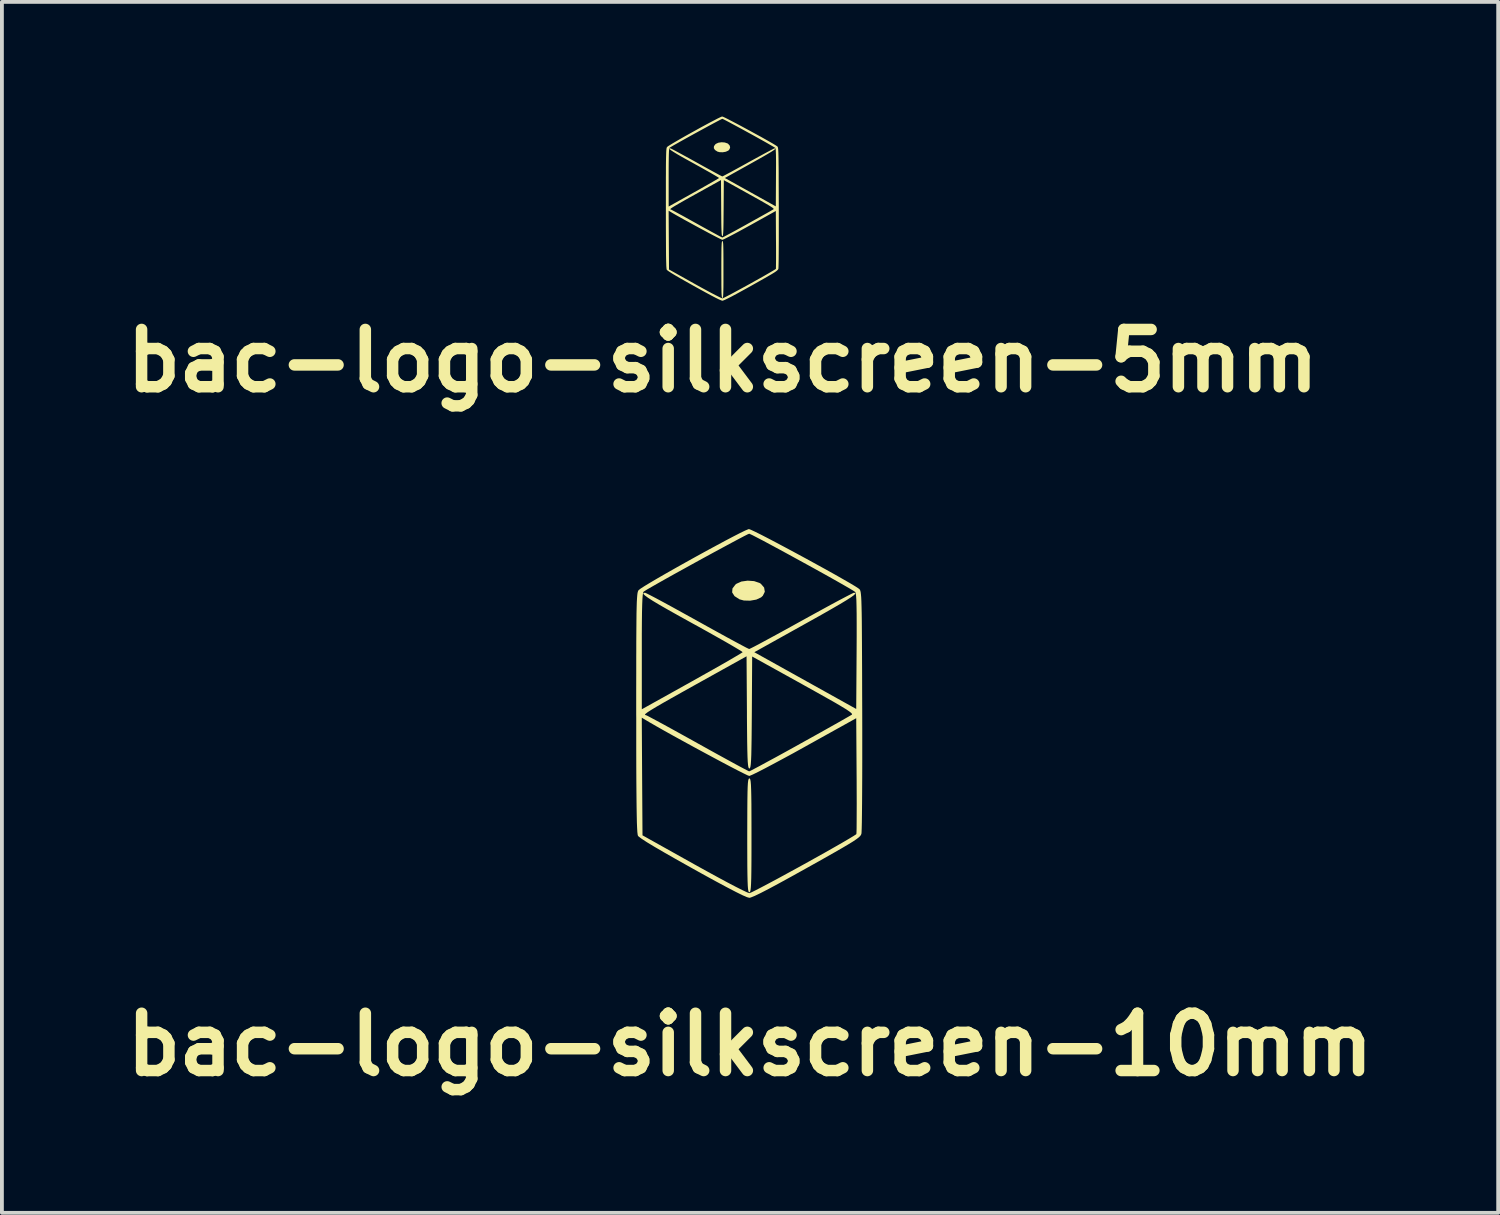
<source format=kicad_pcb>
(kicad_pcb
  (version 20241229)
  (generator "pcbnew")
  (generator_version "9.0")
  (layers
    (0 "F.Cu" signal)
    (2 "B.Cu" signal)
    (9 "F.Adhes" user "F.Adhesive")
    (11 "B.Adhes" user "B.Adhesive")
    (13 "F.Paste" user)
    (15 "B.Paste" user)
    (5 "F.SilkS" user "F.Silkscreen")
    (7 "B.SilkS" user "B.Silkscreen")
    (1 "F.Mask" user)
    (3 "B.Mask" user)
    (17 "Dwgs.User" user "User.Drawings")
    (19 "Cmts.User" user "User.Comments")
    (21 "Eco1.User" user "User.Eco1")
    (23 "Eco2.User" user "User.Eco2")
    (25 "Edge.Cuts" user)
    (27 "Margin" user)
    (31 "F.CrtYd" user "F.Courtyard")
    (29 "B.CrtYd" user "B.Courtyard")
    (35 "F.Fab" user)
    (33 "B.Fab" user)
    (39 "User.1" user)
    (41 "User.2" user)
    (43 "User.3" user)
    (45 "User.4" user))
  (footprint "bac-logo-silkscreen-10mm"
    (layer "F.Cu")
    (at 16.586 15.597)
    (property "Reference" "bac-logo-silkscreen-10mm" (at 0 8.7 0) (layer "F.SilkS") (effects (font (size 1.5 1.5) (thickness 0.3))))
    (attr board_only exclude_from_pos_files exclude_from_bom)
    (fp_poly (pts (xy 0.105 -3.434) (xy 0.248 -3.386) (xy 0.283 -3.364) (xy 0.368 -3.265) (xy 0.386 -3.155) (xy 0.334 -3.051) (xy 0.288 -3.008) (xy 0.163 -2.95) (xy 0.002 -2.922) (xy -0.161 -2.926) (xy -0.276 -2.957) (xy -0.407 -3.041) (xy -0.469 -3.138) (xy -0.461 -3.241) (xy -0.383 -3.344) (xy -0.356 -3.365) (xy -0.227 -3.423) (xy -0.064 -3.446)) (stroke (width 0) (type solid)) (fill yes) (layer "F.SilkS"))
    (fp_poly (pts (xy -0.005 1.738) (xy 0.007 1.764) (xy 0.016 1.816) (xy 0.023 1.899) (xy 0.028 2.021) (xy 0.032 2.188) (xy 0.035 2.406) (xy 0.036 2.681) (xy 0.037 3.02) (xy 0.037 3.221) (xy 0.037 3.595) (xy 0.036 3.903) (xy 0.034 4.149) (xy 0.031 4.341) (xy 0.026 4.485) (xy 0.02 4.588) (xy 0.012 4.655) (xy 0.002 4.694) (xy -0.011 4.71) (xy -0.018 4.712) (xy -0.032 4.705) (xy -0.044 4.678) (xy -0.053 4.626) (xy -0.06 4.543) (xy -0.065 4.421) (xy -0.069 4.254) (xy -0.072 4.036) (xy -0.073 3.761) (xy -0.074 3.422) (xy -0.074 3.221) (xy -0.073 2.847) (xy -0.072 2.539) (xy -0.07 2.293) (xy -0.067 2.101) (xy -0.063 1.957) (xy -0.057 1.854) (xy -0.049 1.787) (xy -0.038 1.748) (xy -0.026 1.732) (xy -0.018 1.73)) (stroke (width 0) (type solid)) (fill yes) (layer "F.SilkS"))
    (fp_poly (pts (xy 0.019 -4.779) (xy 0.124 -4.73) (xy 0.276 -4.655) (xy 0.468 -4.556) (xy 0.691 -4.439) (xy 0.937 -4.308) (xy 1.198 -4.168) (xy 1.466 -4.023) (xy 1.732 -3.877) (xy 1.989 -3.736) (xy 2.227 -3.603) (xy 2.439 -3.482) (xy 2.617 -3.38) (xy 2.752 -3.299) (xy 2.836 -3.244) (xy 2.85 -3.233) (xy 2.864 -3.222) (xy 2.876 -3.206) (xy 2.886 -3.183) (xy 2.895 -3.146) (xy 2.902 -3.092) (xy 2.909 -3.015) (xy 2.914 -2.911) (xy 2.918 -2.775) (xy 2.922 -2.602) (xy 2.925 -2.388) (xy 2.927 -2.129) (xy 2.929 -1.818) (xy 2.931 -1.452) (xy 2.933 -1.026) (xy 2.934 -0.535) (xy 2.936 -0.054) (xy 2.937 0.421) (xy 2.937 0.877) (xy 2.937 1.308) (xy 2.936 1.708) (xy 2.934 2.072) (xy 2.932 2.394) (xy 2.929 2.668) (xy 2.926 2.89) (xy 2.922 3.052) (xy 2.918 3.151) (xy 2.915 3.178) (xy 2.904 3.208) (xy 2.882 3.24) (xy 2.843 3.277) (xy 2.781 3.324) (xy 2.692 3.384) (xy 2.568 3.46) (xy 2.405 3.556) (xy 2.198 3.675) (xy 1.939 3.822) (xy 1.623 3.999) (xy 1.489 4.074) (xy 1.095 4.293) (xy 0.762 4.476) (xy 0.49 4.622) (xy 0.277 4.732) (xy 0.121 4.807) (xy 0.02 4.848) (xy -0.018 4.857) (xy -0.08 4.84) (xy -0.198 4.789) (xy -0.372 4.703) (xy -0.606 4.581) (xy -0.899 4.424) (xy -1.253 4.23) (xy -1.509 4.087) (xy -1.902 3.867) (xy -2.233 3.678) (xy -2.501 3.522) (xy -2.706 3.398) (xy -2.846 3.306) (xy -2.922 3.248) (xy -2.935 3.233) (xy -2.943 3.2) (xy -2.951 3.134) (xy -2.957 3.029) (xy -2.963 2.884) (xy -2.967 2.693) (xy -2.971 2.453) (xy -2.974 2.161) (xy -2.977 1.812) (xy -2.979 1.404) (xy -2.98 0.931) (xy -2.98 0.391) (xy -2.98 0.141) (xy -2.835 0.141) (xy -2.826 1.681) (xy -2.816 3.221) (xy -1.454 3.983) (xy -1.134 4.16) (xy -0.843 4.319) (xy -0.587 4.457) (xy -0.371 4.57) (xy -0.2 4.656) (xy -0.082 4.712) (xy -0.02 4.734) (xy -0.015 4.734) (xy 0.033 4.715) (xy 0.138 4.663) (xy 0.293 4.583) (xy 0.49 4.479) (xy 0.724 4.354) (xy 0.986 4.211) (xy 1.27 4.056) (xy 1.415 3.976) (xy 1.704 3.815) (xy 1.973 3.665) (xy 2.214 3.528) (xy 2.422 3.409) (xy 2.589 3.311) (xy 2.708 3.239) (xy 2.773 3.197) (xy 2.783 3.188) (xy 2.786 3.143) (xy 2.789 3.033) (xy 2.79 2.865) (xy 2.791 2.648) (xy 2.792 2.389) (xy 2.791 2.097) (xy 2.79 1.779) (xy 2.789 1.651) (xy 2.779 0.155) (xy 1.421 0.91) (xy 1.129 1.072) (xy 0.854 1.221) (xy 0.604 1.355) (xy 0.387 1.47) (xy 0.208 1.562) (xy 0.075 1.627) (xy -0.004 1.661) (xy -0.022 1.666) (xy -0.067 1.649) (xy -0.168 1.6) (xy -0.317 1.525) (xy -0.506 1.427) (xy -0.726 1.311) (xy -0.969 1.181) (xy -1.227 1.042) (xy -1.491 0.899) (xy -1.754 0.755) (xy -2.007 0.616) (xy -2.242 0.485) (xy -2.45 0.367) (xy -2.624 0.267) (xy -2.715 0.213) (xy -2.835 0.141) (xy -2.98 0.141) (xy -2.981 0.061) (xy -2.753 0.061) (xy -2.744 0.072) (xy -2.729 0.074) (xy -2.69 0.091) (xy -2.595 0.141) (xy -2.449 0.219) (xy -2.26 0.321) (xy -2.034 0.445) (xy -1.779 0.586) (xy -1.501 0.74) (xy -1.376 0.81) (xy -1.09 0.969) (xy -0.824 1.116) (xy -0.585 1.247) (xy -0.379 1.36) (xy -0.213 1.449) (xy -0.095 1.511) (xy -0.032 1.543) (xy -0.023 1.546) (xy 0.016 1.529) (xy 0.111 1.479) (xy 0.257 1.402) (xy 0.446 1.299) (xy 0.672 1.177) (xy 0.927 1.037) (xy 1.204 0.884) (xy 1.309 0.825) (xy 1.594 0.667) (xy 1.86 0.519) (xy 2.1 0.384) (xy 2.307 0.268) (xy 2.473 0.173) (xy 2.592 0.105) (xy 2.657 0.067) (xy 2.665 0.062) (xy 2.67 0.046) (xy 2.65 0.019) (xy 2.601 -0.02) (xy 2.518 -0.077) (xy 2.394 -0.152) (xy 2.227 -0.251) (xy 2.009 -0.374) (xy 1.737 -0.527) (xy 1.406 -0.711) (xy 1.389 -0.721) (xy 0.055 -1.46) (xy 0.046 0.006) (xy 0.043 0.378) (xy 0.04 0.683) (xy 0.036 0.926) (xy 0.032 1.116) (xy 0.026 1.257) (xy 0.019 1.357) (xy 0.01 1.422) (xy -0.001 1.458) (xy -0.014 1.472) (xy -0.018 1.472) (xy -0.032 1.464) (xy -0.044 1.436) (xy -0.053 1.381) (xy -0.061 1.292) (xy -0.067 1.164) (xy -0.072 0.99) (xy -0.076 0.764) (xy -0.079 0.479) (xy -0.082 0.128) (xy -0.082 0.003) (xy -0.092 -1.466) (xy -1.426 -0.724) (xy -1.77 -0.532) (xy -2.055 -0.372) (xy -2.284 -0.242) (xy -2.461 -0.139) (xy -2.593 -0.059) (xy -2.682 -0.002) (xy -2.734 0.038) (xy -2.753 0.061) (xy -2.981 0.061) (xy -2.981 0.013) (xy -2.981 -0.542) (xy -2.98 -1.027) (xy -2.98 -1.448) (xy -2.979 -1.599) (xy -2.834 -1.599) (xy -2.834 -0.079) (xy -1.518 -0.812) (xy -1.234 -0.972) (xy -0.97 -1.12) (xy -0.734 -1.254) (xy -0.532 -1.37) (xy -0.372 -1.464) (xy -0.259 -1.531) (xy -0.201 -1.568) (xy -0.195 -1.574) (xy -0.224 -1.597) (xy -0.312 -1.651) (xy -0.45 -1.733) (xy -0.633 -1.839) (xy -0.854 -1.964) (xy -1.105 -2.105) (xy -1.38 -2.258) (xy -1.492 -2.319) (xy -1.844 -2.514) (xy -2.135 -2.677) (xy -2.367 -2.81) (xy -2.546 -2.917) (xy -2.673 -2.999) (xy -2.754 -3.059) (xy -2.792 -3.099) (xy -2.79 -3.122) (xy -2.752 -3.129) (xy -2.749 -3.129) (xy -2.708 -3.112) (xy -2.609 -3.062) (xy -2.46 -2.984) (xy -2.268 -2.881) (xy -2.04 -2.757) (xy -1.783 -2.615) (xy -1.504 -2.461) (xy -1.381 -2.393) (xy -1.096 -2.234) (xy -0.829 -2.087) (xy -0.589 -1.955) (xy -0.382 -1.843) (xy -0.216 -1.754) (xy -0.097 -1.691) (xy -0.032 -1.66) (xy -0.023 -1.657) (xy 0.017 -1.674) (xy 0.114 -1.723) (xy 0.261 -1.801) (xy 0.452 -1.904) (xy 0.679 -2.027) (xy 0.935 -2.167) (xy 1.214 -2.321) (xy 1.344 -2.393) (xy 1.631 -2.551) (xy 1.899 -2.698) (xy 2.141 -2.83) (xy 2.35 -2.942) (xy 2.519 -3.031) (xy 2.641 -3.094) (xy 2.708 -3.126) (xy 2.719 -3.129) (xy 2.752 -3.123) (xy 2.753 -3.103) (xy 2.718 -3.066) (xy 2.642 -3.011) (xy 2.523 -2.934) (xy 2.355 -2.833) (xy 2.136 -2.706) (xy 1.861 -2.549) (xy 1.525 -2.361) (xy 1.424 -2.305) (xy 0.111 -1.573) (xy 1.445 -0.83) (xy 2.779 -0.087) (xy 2.789 -1.597) (xy 2.791 -1.989) (xy 2.791 -2.313) (xy 2.79 -2.575) (xy 2.787 -2.78) (xy 2.783 -2.934) (xy 2.776 -3.043) (xy 2.767 -3.112) (xy 2.755 -3.146) (xy 2.752 -3.15) (xy 2.705 -3.182) (xy 2.603 -3.243) (xy 2.454 -3.329) (xy 2.266 -3.436) (xy 2.048 -3.559) (xy 1.807 -3.693) (xy 1.552 -3.834) (xy 1.291 -3.977) (xy 1.032 -4.119) (xy 0.784 -4.254) (xy 0.555 -4.377) (xy 0.353 -4.486) (xy 0.186 -4.573) (xy 0.062 -4.637) (xy -0.009 -4.67) (xy -0.023 -4.675) (xy -0.064 -4.658) (xy -0.161 -4.609) (xy -0.305 -4.533) (xy -0.489 -4.435) (xy -0.704 -4.319) (xy -0.943 -4.19) (xy -1.196 -4.052) (xy -1.457 -3.909) (xy -1.715 -3.766) (xy -1.964 -3.629) (xy -2.195 -3.5) (xy -2.399 -3.385) (xy -2.569 -3.288) (xy -2.697 -3.214) (xy -2.773 -3.167) (xy -2.788 -3.156) (xy -2.8 -3.13) (xy -2.81 -3.069) (xy -2.818 -2.968) (xy -2.824 -2.821) (xy -2.829 -2.622) (xy -2.832 -2.367) (xy -2.834 -2.05) (xy -2.834 -1.665) (xy -2.834 -1.599) (xy -2.979 -1.599) (xy -2.979 -1.81) (xy -2.977 -2.117) (xy -2.975 -2.374) (xy -2.973 -2.585) (xy -2.969 -2.755) (xy -2.965 -2.889) (xy -2.959 -2.992) (xy -2.953 -3.069) (xy -2.946 -3.123) (xy -2.937 -3.159) (xy -2.927 -3.184) (xy -2.917 -3.198) (xy -2.867 -3.237) (xy -2.762 -3.305) (xy -2.608 -3.398) (xy -2.416 -3.511) (xy -2.192 -3.64) (xy -1.945 -3.78) (xy -1.683 -3.927) (xy -1.415 -4.076) (xy -1.149 -4.222) (xy -0.892 -4.361) (xy -0.654 -4.489) (xy -0.443 -4.6) (xy -0.266 -4.691) (xy -0.132 -4.756) (xy -0.049 -4.791) (xy -0.029 -4.796)) (stroke (width 0) (type solid)) (fill yes) (layer "F.SilkS")))
  (footprint "bac-logo-silkscreen-5mm"
    (layer "F.Cu")
    (at 15.871 2.396)
    (property "Reference" "bac-logo-silkscreen-5mm" (at 0 4 0) (layer "F.SilkS") (effects (font (size 1.5 1.5) (thickness 0.3))))
    (attr board_only exclude_from_pos_files exclude_from_bom)
    (fp_poly (pts (xy 0.052 -1.716) (xy 0.124 -1.692) (xy 0.141 -1.681) (xy 0.184 -1.631) (xy 0.193 -1.577) (xy 0.167 -1.524) (xy 0.144 -1.503) (xy 0.081 -1.474) (xy 0.001 -1.46) (xy -0.08 -1.462) (xy -0.138 -1.477) (xy -0.203 -1.519) (xy -0.234 -1.568) (xy -0.23 -1.62) (xy -0.191 -1.671) (xy -0.178 -1.681) (xy -0.114 -1.71) (xy -0.032 -1.722)) (stroke (width 0) (type solid)) (fill yes) (layer "F.SilkS"))
    (fp_poly (pts (xy -0.002 0.868) (xy 0.003 0.881) (xy 0.008 0.907) (xy 0.012 0.949) (xy 0.014 1.01) (xy 0.016 1.093) (xy 0.017 1.202) (xy 0.018 1.339) (xy 0.018 1.509) (xy 0.018 1.609) (xy 0.018 1.796) (xy 0.018 1.95) (xy 0.017 2.073) (xy 0.015 2.169) (xy 0.013 2.241) (xy 0.01 2.292) (xy 0.006 2.326) (xy 0.001 2.345) (xy -0.005 2.353) (xy -0.009 2.354) (xy -0.016 2.351) (xy -0.022 2.337) (xy -0.026 2.311) (xy -0.03 2.27) (xy -0.033 2.209) (xy -0.034 2.125) (xy -0.036 2.017) (xy -0.036 1.879) (xy -0.037 1.71) (xy -0.037 1.609) (xy -0.037 1.422) (xy -0.036 1.269) (xy -0.035 1.146) (xy -0.034 1.05) (xy -0.031 0.978) (xy -0.028 0.926) (xy -0.024 0.893) (xy -0.019 0.874) (xy -0.013 0.865) (xy -0.009 0.864)) (stroke (width 0) (type solid)) (fill yes) (layer "F.SilkS"))
    (fp_poly (pts (xy 0.01 -2.388) (xy 0.062 -2.364) (xy 0.138 -2.326) (xy 0.234 -2.276) (xy 0.345 -2.218) (xy 0.468 -2.153) (xy 0.599 -2.082) (xy 0.732 -2.01) (xy 0.865 -1.937) (xy 0.994 -1.867) (xy 1.113 -1.8) (xy 1.219 -1.74) (xy 1.308 -1.689) (xy 1.375 -1.648) (xy 1.417 -1.621) (xy 1.424 -1.616) (xy 1.431 -1.61) (xy 1.437 -1.602) (xy 1.442 -1.59) (xy 1.446 -1.572) (xy 1.45 -1.545) (xy 1.453 -1.506) (xy 1.456 -1.454) (xy 1.458 -1.386) (xy 1.46 -1.3) (xy 1.461 -1.193) (xy 1.463 -1.064) (xy 1.464 -0.908) (xy 1.464 -0.726) (xy 1.465 -0.513) (xy 1.466 -0.267) (xy 1.467 -0.027) (xy 1.467 0.21) (xy 1.467 0.438) (xy 1.467 0.653) (xy 1.467 0.853) (xy 1.466 1.035) (xy 1.465 1.196) (xy 1.464 1.333) (xy 1.462 1.444) (xy 1.46 1.525) (xy 1.458 1.574) (xy 1.457 1.588) (xy 1.451 1.603) (xy 1.44 1.619) (xy 1.42 1.637) (xy 1.39 1.661) (xy 1.345 1.691) (xy 1.283 1.729) (xy 1.202 1.776) (xy 1.098 1.836) (xy 0.969 1.909) (xy 0.811 1.998) (xy 0.744 2.036) (xy 0.547 2.145) (xy 0.381 2.236) (xy 0.245 2.309) (xy 0.138 2.364) (xy 0.06 2.402) (xy 0.01 2.422) (xy -0.009 2.427) (xy -0.04 2.418) (xy -0.099 2.393) (xy -0.186 2.35) (xy -0.303 2.289) (xy -0.449 2.21) (xy -0.626 2.113) (xy -0.754 2.042) (xy -0.95 1.932) (xy -1.116 1.838) (xy -1.25 1.76) (xy -1.352 1.698) (xy -1.422 1.652) (xy -1.46 1.623) (xy -1.466 1.615) (xy -1.471 1.599) (xy -1.474 1.566) (xy -1.478 1.514) (xy -1.48 1.441) (xy -1.483 1.345) (xy -1.485 1.226) (xy -1.486 1.08) (xy -1.487 0.906) (xy -1.488 0.701) (xy -1.489 0.465) (xy -1.489 0.195) (xy -1.489 0.07) (xy -1.417 0.07) (xy -1.412 0.84) (xy -1.407 1.609) (xy -0.727 1.99) (xy -0.567 2.079) (xy -0.421 2.158) (xy -0.293 2.227) (xy -0.185 2.283) (xy -0.1 2.326) (xy -0.041 2.354) (xy -0.01 2.365) (xy -0.008 2.365) (xy 0.016 2.356) (xy 0.069 2.33) (xy 0.146 2.29) (xy 0.245 2.238) (xy 0.362 2.175) (xy 0.493 2.104) (xy 0.634 2.027) (xy 0.707 1.987) (xy 0.851 1.906) (xy 0.986 1.831) (xy 1.106 1.763) (xy 1.21 1.703) (xy 1.293 1.654) (xy 1.353 1.618) (xy 1.386 1.597) (xy 1.391 1.593) (xy 1.392 1.57) (xy 1.393 1.515) (xy 1.394 1.432) (xy 1.395 1.323) (xy 1.395 1.194) (xy 1.395 1.048) (xy 1.394 0.889) (xy 1.393 0.825) (xy 1.389 0.077) (xy 0.71 0.455) (xy 0.564 0.535) (xy 0.427 0.61) (xy 0.302 0.677) (xy 0.193 0.734) (xy 0.104 0.78) (xy 0.038 0.813) (xy -0.002 0.83) (xy -0.011 0.832) (xy -0.033 0.824) (xy -0.084 0.799) (xy -0.158 0.762) (xy -0.253 0.713) (xy -0.363 0.655) (xy -0.484 0.59) (xy -0.613 0.521) (xy -0.745 0.449) (xy -0.876 0.377) (xy -1.003 0.308) (xy -1.12 0.242) (xy -1.224 0.184) (xy -1.311 0.134) (xy -1.357 0.106) (xy -1.417 0.07) (xy -1.489 0.07) (xy -1.489 0.031) (xy -1.376 0.031) (xy -1.371 0.036) (xy -1.363 0.037) (xy -1.344 0.045) (xy -1.297 0.07) (xy -1.224 0.109) (xy -1.129 0.161) (xy -1.016 0.222) (xy -0.889 0.293) (xy -0.75 0.37) (xy -0.687 0.405) (xy -0.545 0.484) (xy -0.412 0.557) (xy -0.292 0.623) (xy -0.189 0.679) (xy -0.107 0.724) (xy -0.048 0.755) (xy -0.016 0.771) (xy -0.011 0.772) (xy 0.008 0.764) (xy 0.056 0.739) (xy 0.128 0.7) (xy 0.223 0.649) (xy 0.336 0.588) (xy 0.463 0.518) (xy 0.601 0.442) (xy 0.654 0.412) (xy 0.796 0.333) (xy 0.929 0.259) (xy 1.049 0.192) (xy 1.153 0.134) (xy 1.236 0.087) (xy 1.295 0.052) (xy 1.327 0.033) (xy 1.331 0.031) (xy 1.334 0.023) (xy 1.324 0.01) (xy 1.3 -0.01) (xy 1.258 -0.038) (xy 1.196 -0.076) (xy 1.112 -0.125) (xy 1.004 -0.187) (xy 0.868 -0.263) (xy 0.702 -0.355) (xy 0.694 -0.36) (xy 0.028 -0.73) (xy 0.023 0.003) (xy 0.021 0.189) (xy 0.02 0.341) (xy 0.018 0.463) (xy 0.016 0.558) (xy 0.013 0.628) (xy 0.009 0.678) (xy 0.005 0.711) (xy -0.0004 0.729) (xy -0.007 0.735) (xy -0.009 0.736) (xy -0.016 0.732) (xy -0.022 0.717) (xy -0.027 0.69) (xy -0.03 0.646) (xy -0.033 0.582) (xy -0.036 0.495) (xy -0.038 0.382) (xy -0.039 0.239) (xy -0.041 0.064) (xy -0.041 0.002) (xy -0.046 -0.732) (xy -0.712 -0.362) (xy -0.885 -0.266) (xy -1.027 -0.186) (xy -1.141 -0.121) (xy -1.23 -0.069) (xy -1.295 -0.03) (xy -1.34 -0.001) (xy -1.366 0.019) (xy -1.376 0.031) (xy -1.489 0.031) (xy -1.489 0.006) (xy -1.489 -0.271) (xy -1.489 -0.513) (xy -1.489 -0.724) (xy -1.489 -0.799) (xy -1.416 -0.799) (xy -1.416 -0.039) (xy -0.759 -0.406) (xy -0.617 -0.485) (xy -0.485 -0.56) (xy -0.367 -0.627) (xy -0.266 -0.685) (xy -0.186 -0.731) (xy -0.129 -0.765) (xy -0.101 -0.783) (xy -0.097 -0.786) (xy -0.112 -0.798) (xy -0.156 -0.825) (xy -0.225 -0.866) (xy -0.316 -0.919) (xy -0.427 -0.981) (xy -0.552 -1.052) (xy -0.69 -1.128) (xy -0.745 -1.159) (xy -0.921 -1.256) (xy -1.067 -1.337) (xy -1.183 -1.404) (xy -1.272 -1.458) (xy -1.336 -1.499) (xy -1.376 -1.528) (xy -1.395 -1.548) (xy -1.394 -1.56) (xy -1.375 -1.563) (xy -1.374 -1.563) (xy -1.353 -1.555) (xy -1.303 -1.53) (xy -1.229 -1.491) (xy -1.133 -1.439) (xy -1.019 -1.377) (xy -0.891 -1.307) (xy -0.751 -1.23) (xy -0.69 -1.196) (xy -0.547 -1.116) (xy -0.414 -1.043) (xy -0.294 -0.977) (xy -0.191 -0.921) (xy -0.108 -0.876) (xy -0.049 -0.845) (xy -0.016 -0.829) (xy -0.011 -0.828) (xy 0.008 -0.836) (xy 0.057 -0.861) (xy 0.13 -0.9) (xy 0.226 -0.951) (xy 0.339 -1.013) (xy 0.467 -1.083) (xy 0.607 -1.16) (xy 0.671 -1.196) (xy 0.815 -1.275) (xy 0.949 -1.348) (xy 1.07 -1.414) (xy 1.174 -1.47) (xy 1.259 -1.515) (xy 1.319 -1.546) (xy 1.353 -1.562) (xy 1.359 -1.563) (xy 1.375 -1.56) (xy 1.376 -1.55) (xy 1.358 -1.532) (xy 1.32 -1.504) (xy 1.261 -1.466) (xy 1.177 -1.416) (xy 1.067 -1.352) (xy 0.93 -1.274) (xy 0.762 -1.18) (xy 0.712 -1.152) (xy 0.055 -0.786) (xy 0.722 -0.415) (xy 1.389 -0.043) (xy 1.393 -0.798) (xy 1.394 -0.994) (xy 1.395 -1.156) (xy 1.394 -1.287) (xy 1.393 -1.389) (xy 1.39 -1.466) (xy 1.387 -1.52) (xy 1.382 -1.555) (xy 1.377 -1.572) (xy 1.375 -1.574) (xy 1.352 -1.59) (xy 1.301 -1.62) (xy 1.226 -1.663) (xy 1.132 -1.717) (xy 1.023 -1.778) (xy 0.903 -1.845) (xy 0.775 -1.916) (xy 0.645 -1.987) (xy 0.516 -2.058) (xy 0.392 -2.125) (xy 0.277 -2.187) (xy 0.176 -2.241) (xy 0.093 -2.285) (xy 0.031 -2.317) (xy -0.005 -2.334) (xy -0.012 -2.336) (xy -0.032 -2.327) (xy -0.08 -2.303) (xy -0.152 -2.265) (xy -0.244 -2.216) (xy -0.352 -2.158) (xy -0.471 -2.093) (xy -0.598 -2.024) (xy -0.728 -1.953) (xy -0.857 -1.882) (xy -0.981 -1.813) (xy -1.096 -1.749) (xy -1.199 -1.691) (xy -1.284 -1.643) (xy -1.347 -1.606) (xy -1.386 -1.582) (xy -1.393 -1.577) (xy -1.399 -1.564) (xy -1.404 -1.534) (xy -1.408 -1.483) (xy -1.411 -1.409) (xy -1.413 -1.31) (xy -1.415 -1.183) (xy -1.416 -1.024) (xy -1.416 -0.832) (xy -1.416 -0.799) (xy -1.489 -0.799) (xy -1.488 -0.904) (xy -1.488 -1.058) (xy -1.487 -1.186) (xy -1.485 -1.291) (xy -1.483 -1.377) (xy -1.481 -1.444) (xy -1.479 -1.495) (xy -1.475 -1.533) (xy -1.472 -1.56) (xy -1.467 -1.579) (xy -1.462 -1.591) (xy -1.457 -1.598) (xy -1.433 -1.617) (xy -1.38 -1.651) (xy -1.303 -1.698) (xy -1.207 -1.754) (xy -1.095 -1.819) (xy -0.972 -1.889) (xy -0.841 -1.962) (xy -0.707 -2.036) (xy -0.574 -2.11) (xy -0.446 -2.179) (xy -0.327 -2.243) (xy -0.221 -2.298) (xy -0.133 -2.344) (xy -0.066 -2.376) (xy -0.025 -2.394) (xy -0.015 -2.396)) (stroke (width 0) (type solid)) (fill yes) (layer "F.SilkS")))
  (gr_rect
    (start -3 -3)
    (end 36.171 28.701)
    (stroke (width 0.1) (type default))
    (fill no)
    (layer "Edge.Cuts")))
</source>
